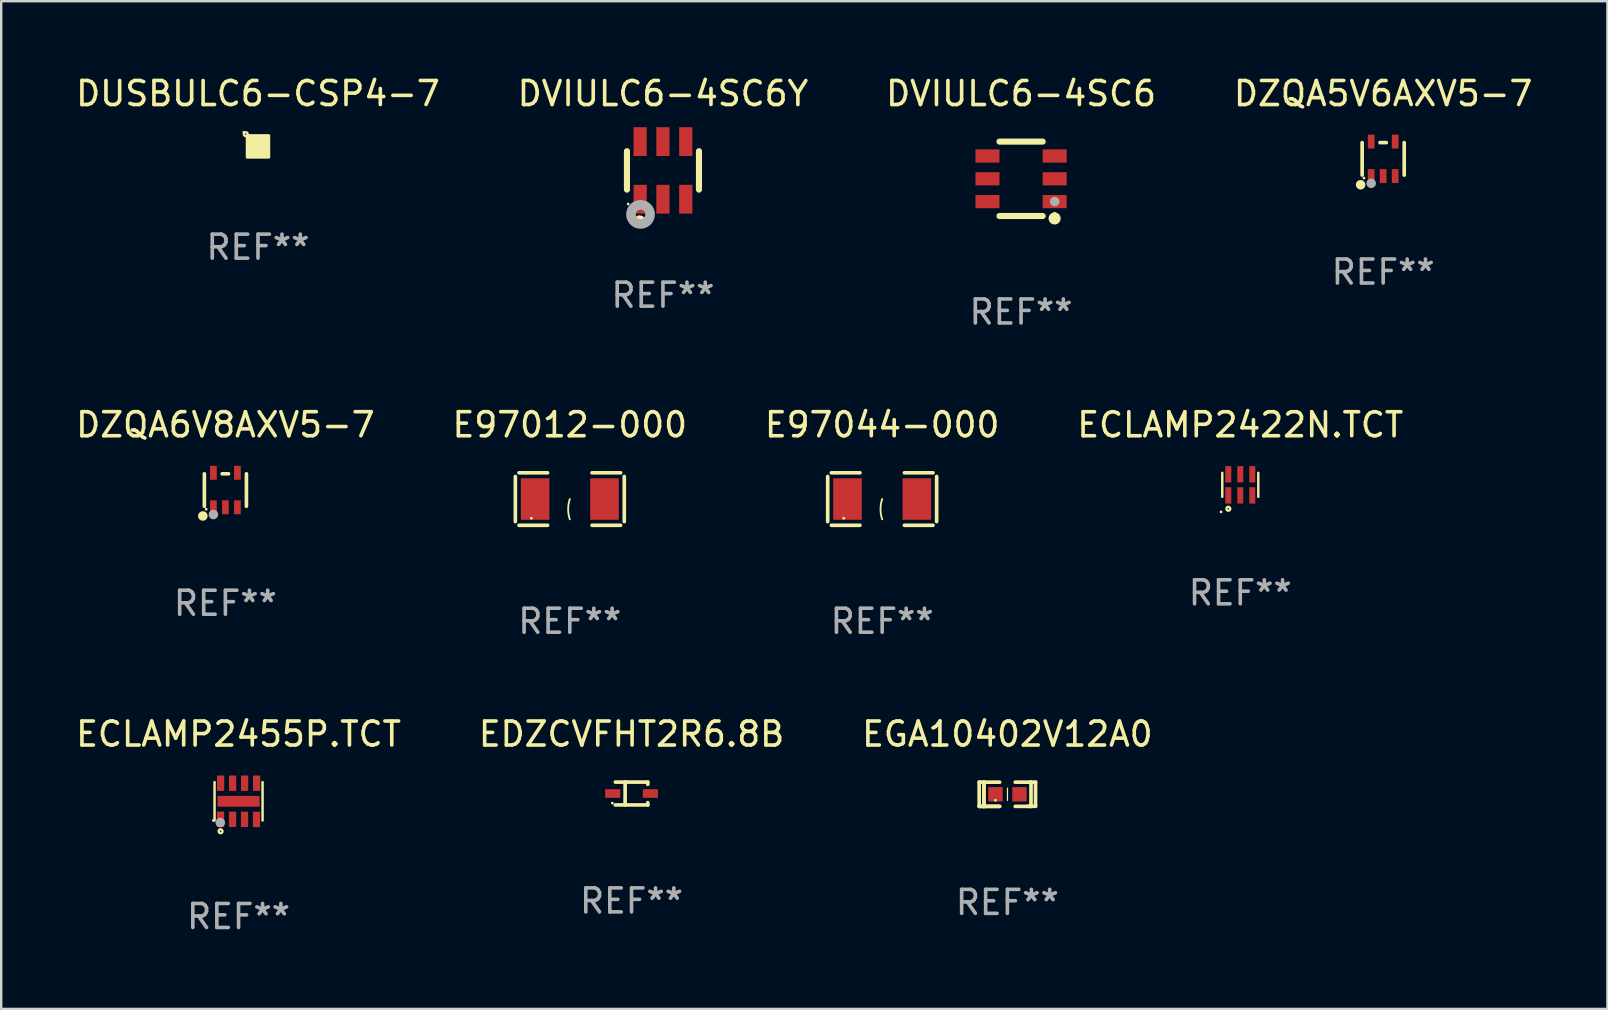
<source format=kicad_pcb>
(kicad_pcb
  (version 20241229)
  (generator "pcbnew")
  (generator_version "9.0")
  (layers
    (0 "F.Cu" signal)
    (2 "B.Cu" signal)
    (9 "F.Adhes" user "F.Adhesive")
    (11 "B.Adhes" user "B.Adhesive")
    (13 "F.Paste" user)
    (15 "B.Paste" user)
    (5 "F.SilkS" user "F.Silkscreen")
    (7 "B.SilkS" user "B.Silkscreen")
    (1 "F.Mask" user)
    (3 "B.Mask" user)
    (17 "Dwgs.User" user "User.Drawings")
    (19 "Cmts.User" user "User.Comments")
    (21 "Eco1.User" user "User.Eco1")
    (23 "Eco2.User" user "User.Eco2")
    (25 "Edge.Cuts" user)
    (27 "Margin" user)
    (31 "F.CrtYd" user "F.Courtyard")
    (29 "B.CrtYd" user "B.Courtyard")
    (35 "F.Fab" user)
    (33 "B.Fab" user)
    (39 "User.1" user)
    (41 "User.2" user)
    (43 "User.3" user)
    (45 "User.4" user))
  (footprint "EGA10402V12A0"
    (layer "F.Cu")
    (at 38.911 30.033)
    (property "Reference" "EGA10402V12A0" (at 0 -2.506 0) (layer "F.SilkS") (effects (font (size 1 1) (thickness 0.15))))
    (attr through_hole)
    (fp_line (start -1.174 -0.506) (end -0.977 -0.502) (stroke (width 0.152) (type solid)) (layer "F.SilkS"))
    (fp_line (start -1.174 0.506) (end -1.174 -0.506) (stroke (width 0.152) (type solid)) (layer "F.SilkS"))
    (fp_line (start -0.977 -0.502) (end -0.977 0.506) (stroke (width 0.152) (type solid)) (layer "F.SilkS"))
    (fp_line (start -0.977 -0.502) (end -0.977 0.506) (stroke (width 0.152) (type solid)) (layer "F.SilkS"))
    (fp_line (start -0.977 0.506) (end -1.166 0.506) (stroke (width 0.152) (type solid)) (layer "F.SilkS"))
    (fp_line (start -0.977 0.506) (end -0.32 0.506) (stroke (width 0.152) (type solid)) (layer "F.SilkS"))
    (fp_line (start -0.977 0.506) (end -0.32 0.506) (stroke (width 0.152) (type solid)) (layer "F.SilkS"))
    (fp_line (start -0.971 0.506) (end -1.174 0.506) (stroke (width 0.152) (type solid)) (layer "F.SilkS"))
    (fp_line (start -0.32 -0.502) (end -0.977 -0.502) (stroke (width 0.152) (type solid)) (layer "F.SilkS"))
    (fp_line (start 0.004 -0.252) (end 0.004 0.256) (stroke (width 0.051) (type solid)) (layer "F.SilkS"))
    (fp_line (start 0.328 0.506) (end 0.985 0.506) (stroke (width 0.152) (type solid)) (layer "F.SilkS"))
    (fp_line (start 0.985 -0.502) (end 0.328 -0.502) (stroke (width 0.152) (type solid)) (layer "F.SilkS"))
    (fp_line (start 0.985 -0.502) (end 1.174 -0.502) (stroke (width 0.152) (type solid)) (layer "F.SilkS"))
    (fp_line (start 0.985 0.506) (end 0.985 -0.502) (stroke (width 0.152) (type solid)) (layer "F.SilkS"))
    (fp_line (start 1.174 -0.502) (end 1.174 0.502) (stroke (width 0.152) (type solid)) (layer "F.SilkS"))
    (fp_line (start 1.174 0.502) (end 0.851 0.502) (stroke (width 0.152) (type solid)) (layer "F.SilkS"))
    (fp_circle (center -0.497 0.253) (end -0.467 0.253) (stroke (width 0.06) (type solid)) (fill no) (layer "F.SilkS"))
    (fp_text user "REF**" (at 0 4.506 0) (layer "F.Fab") (effects (font (size 1 1) (thickness 0.15))))
    (pad "1" smd rect (at -0.496 0.002) (size 0.6 0.6) (layers "F.Cu" "F.Mask" "F.Paste"))
    (pad "2" smd rect (at 0.504 0.002) (size 0.6 0.6) (layers "F.Cu" "F.Mask" "F.Paste")))
  (footprint "ECLAMP2422N.TCT"
    (layer "F.Cu")
    (at 48.613 17.145)
    (property "Reference" "ECLAMP2422N.TCT" (at 0 -2.5 0) (layer "F.SilkS") (effects (font (size 1 1) (thickness 0.15))))
    (attr through_hole)
    (fp_line (start -0.75 0.5) (end -0.75 -0.5) (stroke (width 0.102) (type solid)) (layer "F.SilkS"))
    (fp_line (start 0.75 0.5) (end 0.75 -0.5) (stroke (width 0.102) (type solid)) (layer "F.SilkS"))
    (fp_circle (center -0.801 1.128) (end -0.771 1.128) (stroke (width 0.06) (type solid)) (fill no) (layer "F.SilkS"))
    (fp_circle (center -0.498 0.998) (end -0.418 0.998) (stroke (width 0.1) (type solid)) (fill no) (layer "F.SilkS"))
    (fp_text user "REF**" (at 0 4.5 0) (layer "F.Fab") (effects (font (size 1 1) (thickness 0.15))))
    (pad "1" smd rect (at -0.499 0.44 180) (size 0.25 0.68) (layers "F.Cu" "F.Mask" "F.Paste"))
    (pad "2" smd rect (at 0.000102 0.44 180) (size 0.25 0.68) (layers "F.Cu" "F.Mask" "F.Paste"))
    (pad "3" smd rect (at 0.5 0.44 180) (size 0.25 0.68) (layers "F.Cu" "F.Mask" "F.Paste"))
    (pad "4" smd rect (at 0.5 -0.44 180) (size 0.25 0.68) (layers "F.Cu" "F.Mask" "F.Paste"))
    (pad "5" smd rect (at 0.000102 -0.44) (size 0.25 0.68) (layers "F.Cu" "F.Mask" "F.Paste"))
    (pad "6" smd rect (at -0.5 -0.44) (size 0.25 0.68) (layers "F.Cu" "F.Mask" "F.Paste")))
  (footprint "DUSBULC6-CSP4-7"
    (layer "F.Cu")
    (at 7.696 3.048)
    (property "Reference" "DUSBULC6-CSP4-7" (at 0 -2.2 0) (layer "F.SilkS") (effects (font (size 1 1) (thickness 0.15))))
    (attr through_hole)
    (fp_circle (center -0.588 -0.588) (end -0.558 -0.588) (stroke (width 0.06) (type solid)) (fill no) (layer "F.SilkS"))
    (fp_circle (center -0.508 -0.508) (end -0.478 -0.508) (stroke (width 0.1) (type solid)) (fill no) (layer "F.SilkS"))
    (fp_poly (pts (xy -0.45 -0.45) (xy 0.45 -0.45) (xy 0.45 0.45) (xy -0.45 0.45)) (stroke (width 0.12) (type solid)) (fill yes) (layer "F.SilkS"))
    (fp_text user "REF**" (at 0 4.2 0) (layer "F.Fab") (effects (font (size 1 1) (thickness 0.15))))
    (pad "A1" smd circle (at -0.2 -0.2) (size 0.22 0.22) (layers "F.Cu" "F.Mask" "F.Paste"))
    (pad "A2" smd circle (at 0.2 -0.2) (size 0.22 0.22) (layers "F.Cu" "F.Mask" "F.Paste"))
    (pad "B1" smd circle (at -0.2 0.2) (size 0.22 0.22) (layers "F.Cu" "F.Mask" "F.Paste"))
    (pad "B2" smd circle (at 0.2 0.2) (size 0.22 0.22) (layers "F.Cu" "F.Mask" "F.Paste")))
  (footprint "DVIULC6-4SC6Y"
    (layer "F.Cu")
    (at 24.565 4.048)
    (property "Reference" "DVIULC6-4SC6Y" (at 0 -3.2 0) (layer "F.SilkS") (effects (font (size 1 1) (thickness 0.15))))
    (attr through_hole)
    (fp_line (start -1.5 0.8) (end -1.5 -0.8) (stroke (width 0.254) (type solid)) (layer "F.SilkS"))
    (fp_line (start 1.5 -0.8) (end 1.5 0.8) (stroke (width 0.254) (type solid)) (layer "F.SilkS"))
    (fp_circle (center -1.45 1.4) (end -1.42 1.4) (stroke (width 0.06) (type solid)) (fill no) (layer "F.SilkS"))
    (fp_circle (center -0.975 2.125) (end -0.848 2.125) (stroke (width 0.254) (type solid)) (fill no) (layer "F.SilkS"))
    (fp_circle (center -0.934 1.832) (end -0.735 1.832) (stroke (width 0.4) (type solid)) (fill no) (layer "F.Fab"))
    (fp_text user "REF**" (at 0 5.2 0) (layer "F.Fab") (effects (font (size 1 1) (thickness 0.15))))
    (pad "1" smd rect (at -0.95 1.2) (size 0.55 1.2) (layers "F.Cu" "F.Mask" "F.Paste"))
    (pad "2" smd rect (at 0 1.2) (size 0.55 1.2) (layers "F.Cu" "F.Mask" "F.Paste"))
    (pad "3" smd rect (at 0.95 1.2) (size 0.55 1.2) (layers "F.Cu" "F.Mask" "F.Paste"))
    (pad "4" smd rect (at 0.95 -1.2) (size 0.55 1.2) (layers "F.Cu" "F.Mask" "F.Paste"))
    (pad "5" smd rect (at 0 -1.2) (size 0.55 1.2) (layers "F.Cu" "F.Mask" "F.Paste"))
    (pad "6" smd rect (at -0.95 -1.2) (size 0.55 1.2) (layers "F.Cu" "F.Mask" "F.Paste")))
  (footprint "E97012-000"
    (layer "F.Cu")
    (at 20.685 17.737)
    (property "Reference" "E97012-000" (at 0 -3.093 0) (layer "F.SilkS") (effects (font (size 1 1) (thickness 0.15))))
    (attr through_hole)
    (fp_line (start -2.269 -0.94) (end -2.269 0.94) (stroke (width 0.152) (type solid)) (layer "F.SilkS"))
    (fp_line (start -2.116 1.093) (end -0.926 1.093) (stroke (width 0.152) (type solid)) (layer "F.SilkS"))
    (fp_line (start -0.926 -1.093) (end -2.116 -1.093) (stroke (width 0.152) (type solid)) (layer "F.SilkS"))
    (fp_line (start 0.926 -1.093) (end 2.116 -1.093) (stroke (width 0.152) (type solid)) (layer "F.SilkS"))
    (fp_line (start 2.116 1.093) (end 0.926 1.093) (stroke (width 0.152) (type solid)) (layer "F.SilkS"))
    (fp_line (start 2.269 -0.94) (end 2.269 0.94) (stroke (width 0.152) (type solid)) (layer "F.SilkS"))
    (fp_arc (start 0 0.844951) (mid -0.068559 0.422475) (end 0 0) (stroke (width 0.0762) (type solid)) (layer "F.SilkS"))
    (fp_circle (center -1.6 0.8) (end -1.57 0.8) (stroke (width 0.06) (type solid)) (fill no) (layer "F.SilkS"))
    (fp_text user "REF**" (at 0 5.093 0) (layer "F.Fab") (effects (font (size 1 1) (thickness 0.15))))
    (pad "1" smd rect (at -1.445 0) (size 1.19 1.728) (layers "F.Cu" "F.Mask" "F.Paste"))
    (pad "2" smd rect (at 1.445 0) (size 1.19 1.728) (layers "F.Cu" "F.Mask" "F.Paste")))
  (footprint "E97044-000"
    (layer "F.Cu")
    (at 33.696 17.737)
    (property "Reference" "E97044-000" (at 0 -3.093 0) (layer "F.SilkS") (effects (font (size 1 1) (thickness 0.15))))
    (attr through_hole)
    (fp_line (start -2.269 -0.94) (end -2.269 0.94) (stroke (width 0.152) (type solid)) (layer "F.SilkS"))
    (fp_line (start -2.116 1.093) (end -0.926 1.093) (stroke (width 0.152) (type solid)) (layer "F.SilkS"))
    (fp_line (start -0.926 -1.093) (end -2.116 -1.093) (stroke (width 0.152) (type solid)) (layer "F.SilkS"))
    (fp_line (start 0.926 -1.093) (end 2.116 -1.093) (stroke (width 0.152) (type solid)) (layer "F.SilkS"))
    (fp_line (start 2.116 1.093) (end 0.926 1.093) (stroke (width 0.152) (type solid)) (layer "F.SilkS"))
    (fp_line (start 2.269 -0.94) (end 2.269 0.94) (stroke (width 0.152) (type solid)) (layer "F.SilkS"))
    (fp_arc (start 0 0.844951) (mid -0.068559 0.422475) (end 0 0) (stroke (width 0.0762) (type solid)) (layer "F.SilkS"))
    (fp_circle (center -1.6 0.8) (end -1.57 0.8) (stroke (width 0.06) (type solid)) (fill no) (layer "F.SilkS"))
    (fp_text user "REF**" (at 0 5.093 0) (layer "F.Fab") (effects (font (size 1 1) (thickness 0.15))))
    (pad "1" smd rect (at -1.445 0) (size 1.19 1.728) (layers "F.Cu" "F.Mask" "F.Paste"))
    (pad "2" smd rect (at 1.445 0) (size 1.19 1.728) (layers "F.Cu" "F.Mask" "F.Paste")))
  (footprint "ECLAMP2455P.TCT"
    (layer "F.Cu")
    (at 6.887 30.327)
    (property "Reference" "ECLAMP2455P.TCT" (at 0 -2.8 0) (layer "F.SilkS") (effects (font (size 1 1) (thickness 0.15))))
    (attr through_hole)
    (fp_line (start -1 0.8) (end -1 -0.8) (stroke (width 0.102) (type solid)) (layer "F.SilkS"))
    (fp_line (start 1 0.8) (end 1 -0.8) (stroke (width 0.102) (type solid)) (layer "F.SilkS"))
    (fp_circle (center -1.049 0.8) (end -1.019 0.8) (stroke (width 0.06) (type solid)) (fill no) (layer "F.SilkS"))
    (fp_circle (center -0.749 1.248) (end -0.669 1.248) (stroke (width 0.1) (type solid)) (fill no) (layer "F.SilkS"))
    (fp_circle (center -0.761 0.889) (end -0.661 0.889) (stroke (width 0.2) (type solid)) (fill no) (layer "F.Fab"))
    (fp_text user "REF**" (at 0 4.8 0) (layer "F.Fab") (effects (font (size 1 1) (thickness 0.15))))
    (pad "1" smd rect (at -0.75 0.75 180) (size 0.3 0.64) (layers "F.Cu" "F.Mask" "F.Paste"))
    (pad "2" smd rect (at -0.25 0.751 180) (size 0.3 0.64) (layers "F.Cu" "F.Mask" "F.Paste"))
    (pad "3" smd rect (at 0.249 0.751 180) (size 0.3 0.64) (layers "F.Cu" "F.Mask" "F.Paste"))
    (pad "4" smd rect (at 0.746 0.754 180) (size 0.3 0.64) (layers "F.Cu" "F.Mask" "F.Paste"))
    (pad "5" smd rect (at 0.752 -0.753) (size 0.3 0.64) (layers "F.Cu" "F.Mask" "F.Paste"))
    (pad "6" smd rect (at 0.252 -0.753) (size 0.3 0.64) (layers "F.Cu" "F.Mask" "F.Paste"))
    (pad "7" smd rect (at -0.248 -0.753) (size 0.3 0.64) (layers "F.Cu" "F.Mask" "F.Paste"))
    (pad "8" smd rect (at -0.748 -0.753) (size 0.3 0.64) (layers "F.Cu" "F.Mask" "F.Paste"))
    (pad "9" smd rect (at 0 0 270) (size 0.45 1.75) (layers "F.Cu" "F.Mask" "F.Paste")))
  (footprint "EDZCVFHT2R6.8B"
    (layer "F.Cu")
    (at 23.256 30.003)
    (property "Reference" "EDZCVFHT2R6.8B" (at 0 -2.476 0) (layer "F.SilkS") (effects (font (size 1 1) (thickness 0.15))))
    (attr through_hole)
    (fp_line (start -0.676 -0.476) (end 0.676 -0.476) (stroke (width 0.152) (type solid)) (layer "F.SilkS"))
    (fp_line (start -0.676 0.476) (end 0.676 0.476) (stroke (width 0.152) (type solid)) (layer "F.SilkS"))
    (fp_line (start -0.267 -0.476) (end -0.267 0.476) (stroke (width 0.152) (type solid)) (layer "F.SilkS"))
    (fp_line (start 0.676 -0.476) (end 0.676 -0.383) (stroke (width 0.152) (type solid)) (layer "F.SilkS"))
    (fp_line (start 0.676 0.476) (end 0.676 0.383) (stroke (width 0.152) (type solid)) (layer "F.SilkS"))
    (fp_circle (center -0.8 0.4) (end -0.77 0.4) (stroke (width 0.06) (type solid)) (fill no) (layer "F.SilkS"))
    (fp_text user "REF**" (at 0 4.476 0) (layer "F.Fab") (effects (font (size 1 1) (thickness 0.15))))
    (pad "1" smd rect (at -0.785 0) (size 0.63 0.36) (layers "F.Cu" "F.Mask" "F.Paste"))
    (pad "2" smd rect (at 0.785 0) (size 0.63 0.36) (layers "F.Cu" "F.Mask" "F.Paste")))
  (footprint "DVIULC6-4SC6"
    (layer "F.Cu")
    (at 39.482 4.398)
    (property "Reference" "DVIULC6-4SC6" (at 0 -3.55 0) (layer "F.SilkS") (effects (font (size 1 1) (thickness 0.15))))
    (attr through_hole)
    (fp_line (start -0.9 -1.55) (end 0.9 -1.55) (stroke (width 0.254) (type solid)) (layer "F.SilkS"))
    (fp_line (start -0.9 1.55) (end 0.9 1.55) (stroke (width 0.254) (type solid)) (layer "F.SilkS"))
    (fp_circle (center 1.397 1.651) (end 1.524 1.651) (stroke (width 0.254) (type solid)) (fill no) (layer "F.SilkS"))
    (fp_circle (center 1.4 1.435) (end 1.43 1.435) (stroke (width 0.06) (type solid)) (fill no) (layer "F.SilkS"))
    (fp_circle (center 1.4 0.95) (end 1.5 0.95) (stroke (width 0.2) (type solid)) (fill no) (layer "F.Fab"))
    (fp_text user "REF**" (at 0 5.55 0) (layer "F.Fab") (effects (font (size 1 1) (thickness 0.15))))
    (pad "1" smd rect (at 1.4 0.95) (size 1 0.55) (layers "F.Cu" "F.Mask" "F.Paste"))
    (pad "2" smd rect (at 1.4 -0.000102) (size 1 0.55) (layers "F.Cu" "F.Mask" "F.Paste"))
    (pad "3" smd rect (at 1.4 -0.95) (size 1 0.55) (layers "F.Cu" "F.Mask" "F.Paste"))
    (pad "4" smd rect (at -1.4 -0.95) (size 1 0.55) (layers "F.Cu" "F.Mask" "F.Paste"))
    (pad "5" smd rect (at -1.4 -0.000102) (size 1 0.55) (layers "F.Cu" "F.Mask" "F.Paste"))
    (pad "6" smd rect (at -1.4 0.95) (size 1 0.55) (layers "F.Cu" "F.Mask" "F.Paste")))
  (footprint "DZQA5V6AXV5-7"
    (layer "F.Cu")
    (at 54.565 3.566)
    (property "Reference" "DZQA5V6AXV5-7" (at 0 -2.718 0) (layer "F.SilkS") (effects (font (size 1 1) (thickness 0.15))))
    (attr through_hole)
    (fp_line (start -0.876 0.676) (end -0.876 -0.676) (stroke (width 0.152) (type solid)) (layer "F.SilkS"))
    (fp_line (start 0.131 -0.676) (end -0.131 -0.676) (stroke (width 0.152) (type solid)) (layer "F.SilkS"))
    (fp_line (start 0.876 0.676) (end 0.876 -0.676) (stroke (width 0.152) (type solid)) (layer "F.SilkS"))
    (fp_circle (center -0.94 1.08) (end -0.84 1.08) (stroke (width 0.2) (type solid)) (fill no) (layer "F.SilkS"))
    (fp_circle (center -0.8 0.8) (end -0.77 0.8) (stroke (width 0.06) (type solid)) (fill no) (layer "F.SilkS"))
    (fp_circle (center -0.5 1.02) (end -0.4 1.02) (stroke (width 0.2) (type solid)) (fill no) (layer "F.Fab"))
    (fp_text user "REF**" (at 0 4.718 0) (layer "F.Fab") (effects (font (size 1 1) (thickness 0.15))))
    (pad "1" smd rect (at -0.5 0.718) (size 0.28 0.58) (layers "F.Cu" "F.Mask" "F.Paste"))
    (pad "2" smd rect (at -0.000102 0.718) (size 0.28 0.58) (layers "F.Cu" "F.Mask" "F.Paste"))
    (pad "3" smd rect (at 0.5 0.718) (size 0.28 0.58) (layers "F.Cu" "F.Mask" "F.Paste"))
    (pad "4" smd rect (at 0.5 -0.718) (size 0.28 0.58) (layers "F.Cu" "F.Mask" "F.Paste"))
    (pad "5" smd rect (at -0.5 -0.718) (size 0.28 0.58) (layers "F.Cu" "F.Mask" "F.Paste")))
  (footprint "DZQA6V8AXV5-7"
    (layer "F.Cu")
    (at 6.339 17.362)
    (property "Reference" "DZQA6V8AXV5-7" (at 0 -2.718 0) (layer "F.SilkS") (effects (font (size 1 1) (thickness 0.15))))
    (attr through_hole)
    (fp_line (start -0.876 0.676) (end -0.876 -0.676) (stroke (width 0.152) (type solid)) (layer "F.SilkS"))
    (fp_line (start 0.131 -0.676) (end -0.131 -0.676) (stroke (width 0.152) (type solid)) (layer "F.SilkS"))
    (fp_line (start 0.876 0.676) (end 0.876 -0.676) (stroke (width 0.152) (type solid)) (layer "F.SilkS"))
    (fp_circle (center -0.94 1.08) (end -0.84 1.08) (stroke (width 0.2) (type solid)) (fill no) (layer "F.SilkS"))
    (fp_circle (center -0.8 0.8) (end -0.77 0.8) (stroke (width 0.06) (type solid)) (fill no) (layer "F.SilkS"))
    (fp_circle (center -0.5 1.02) (end -0.4 1.02) (stroke (width 0.2) (type solid)) (fill no) (layer "F.Fab"))
    (fp_text user "REF**" (at 0 4.718 0) (layer "F.Fab") (effects (font (size 1 1) (thickness 0.15))))
    (pad "1" smd rect (at -0.5 0.718) (size 0.28 0.58) (layers "F.Cu" "F.Mask" "F.Paste"))
    (pad "2" smd rect (at -0.000102 0.718) (size 0.28 0.58) (layers "F.Cu" "F.Mask" "F.Paste"))
    (pad "3" smd rect (at 0.5 0.718) (size 0.28 0.58) (layers "F.Cu" "F.Mask" "F.Paste"))
    (pad "4" smd rect (at 0.5 -0.718) (size 0.28 0.58) (layers "F.Cu" "F.Mask" "F.Paste"))
    (pad "5" smd rect (at -0.5 -0.718) (size 0.28 0.58) (layers "F.Cu" "F.Mask" "F.Paste")))
  (gr_rect
    (start -3 -3)
    (end 63.905 38.975)
    (stroke (width 0.1) (type default))
    (fill no)
    (layer "Edge.Cuts")))
</source>
